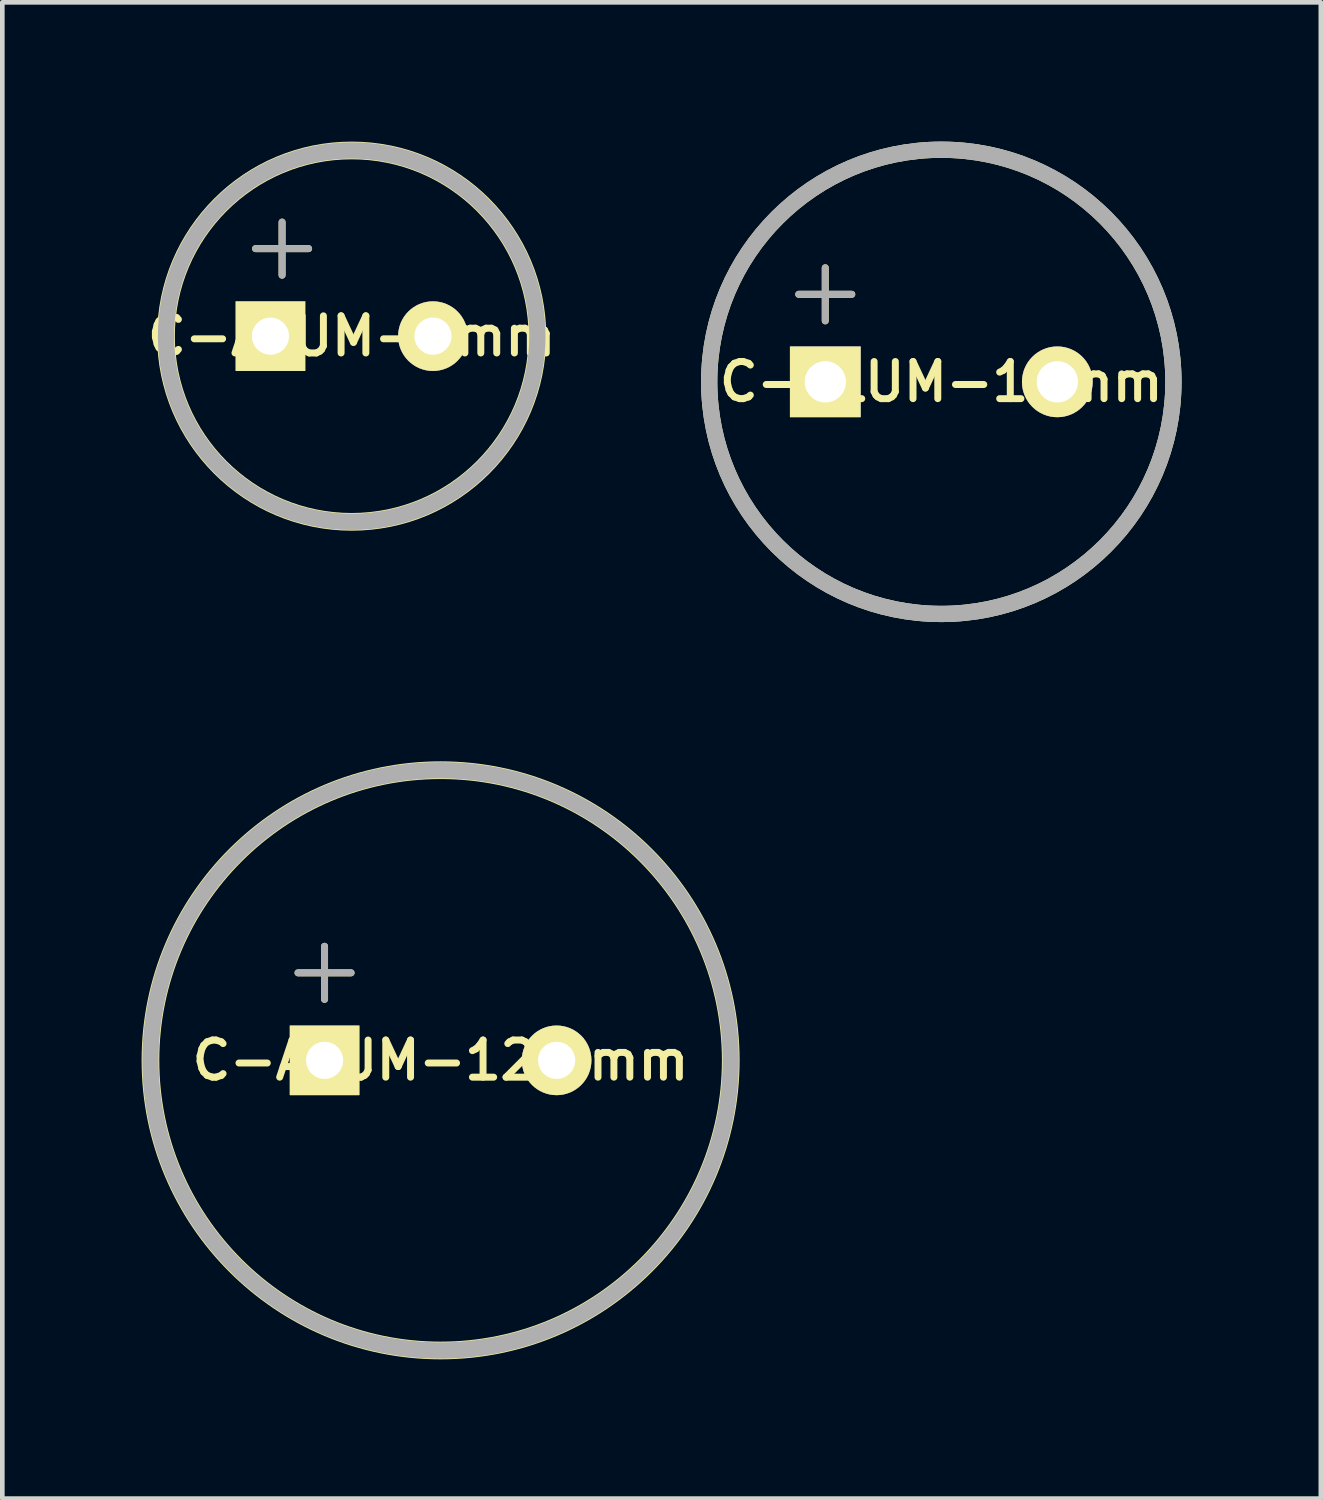
<source format=kicad_pcb>
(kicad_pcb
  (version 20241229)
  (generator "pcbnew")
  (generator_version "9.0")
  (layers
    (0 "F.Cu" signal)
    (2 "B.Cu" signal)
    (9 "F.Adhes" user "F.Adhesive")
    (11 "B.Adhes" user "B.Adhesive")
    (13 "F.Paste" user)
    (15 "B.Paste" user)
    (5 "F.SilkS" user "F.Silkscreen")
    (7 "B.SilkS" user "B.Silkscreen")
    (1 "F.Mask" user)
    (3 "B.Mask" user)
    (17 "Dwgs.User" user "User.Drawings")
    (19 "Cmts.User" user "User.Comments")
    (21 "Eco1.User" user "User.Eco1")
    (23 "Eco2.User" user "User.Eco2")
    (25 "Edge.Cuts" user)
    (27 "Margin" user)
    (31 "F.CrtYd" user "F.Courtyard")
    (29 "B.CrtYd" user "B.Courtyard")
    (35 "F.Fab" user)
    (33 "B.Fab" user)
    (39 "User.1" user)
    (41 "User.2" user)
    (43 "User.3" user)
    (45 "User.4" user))
  (footprint "C-ALUM-12.5mm"
    (layer "F.Cu")
    (at 6.441 19.791)
    (property "Reference" "C-ALUM-12.5mm" (at 0 0 0) (layer "F.SilkS") (effects (font (size 0.8 0.8) (thickness 0.15))))
    (attr through_hole)
    (fp_circle (center 0 0) (end 6.25 0) (stroke (width 0.381) (type solid)) (fill no) (layer "F.SilkS"))
    (fp_circle (center 0 0) (end 6.25 0) (stroke (width 0.35) (type solid)) (fill no) (layer "F.Fab"))
    (fp_text user "+" (at -2.5 -2 0) (layer "F.SilkS") (effects (font (size 1.5 1.5) (thickness 0.15))))
    (fp_text user "+" (at -2.5 -2 0) (layer "F.Fab") (effects (font (size 1.5 1.5) (thickness 0.15))))
    (pad "1" thru_hole rect (at -2.499 0) (size 1.5 1.5) (drill 0.8) (layers "*.Cu" "*.Mask" "F.SilkS"))
    (pad "2" thru_hole circle (at 2.499 0) (size 1.5 1.5) (drill 0.8) (layers "*.Cu" "*.Mask" "F.SilkS")))
  (footprint "C-ALUM-8mm"
    (layer "F.Cu")
    (at 4.526 4.191)
    (property "Reference" "C-ALUM-8mm" (at 0 0 0) (layer "F.SilkS") (effects (font (size 0.8 0.8) (thickness 0.15))))
    (attr through_hole)
    (fp_circle (center 0 0) (end 4 0) (stroke (width 0.381) (type solid)) (fill no) (layer "F.SilkS"))
    (fp_circle (center 0 0) (end 4 0) (stroke (width 0.35) (type solid)) (fill no) (layer "F.Fab"))
    (fp_text user "+" (at -1.5 -2 0) (layer "F.SilkS") (effects (font (size 1.5 1.5) (thickness 0.15))))
    (fp_text user "+" (at -1.5 -2 0) (layer "F.Fab") (effects (font (size 1.5 1.5) (thickness 0.15))))
    (pad "1" thru_hole rect (at -1.75 0) (size 1.5 1.5) (drill 0.8) (layers "*.Cu" "*.Mask" "F.SilkS"))
    (pad "2" thru_hole circle (at 1.75 0) (size 1.5 1.5) (drill 0.8) (layers "*.Cu" "*.Mask" "F.SilkS")))
  (footprint "C-ALUM-10mm"
    (layer "F.Cu")
    (at 17.227 5.175)
    (property "Reference" "C-ALUM-10mm" (at 0 0 0) (layer "F.SilkS") (effects (font (size 0.8 0.8) (thickness 0.15))))
    (attr through_hole)
    (fp_circle (center 0 0) (end 5 0) (stroke (width 0.35) (type solid)) (fill no) (layer "F.SilkS"))
    (fp_circle (center 0 0) (end 5 0) (stroke (width 0.35) (type solid)) (fill no) (layer "F.Fab"))
    (fp_text user "+" (at -2.5 -2 0) (layer "F.SilkS") (effects (font (size 1.5 1.5) (thickness 0.15))))
    (fp_text user "+" (at -2.5 -2 0) (layer "F.Fab") (effects (font (size 1.5 1.5) (thickness 0.15))))
    (pad "1" thru_hole rect (at -2.499 0) (size 1.524 1.524) (drill 0.889) (layers "*.Cu" "*.Mask" "F.SilkS"))
    (pad "2" thru_hole circle (at 2.499 0) (size 1.524 1.524) (drill 0.889) (layers "*.Cu" "*.Mask" "F.SilkS")))
  (gr_rect
    (start -3 -3)
    (end 25.402 29.231)
    (stroke (width 0.1) (type default))
    (fill no)
    (layer "Edge.Cuts")))
</source>
